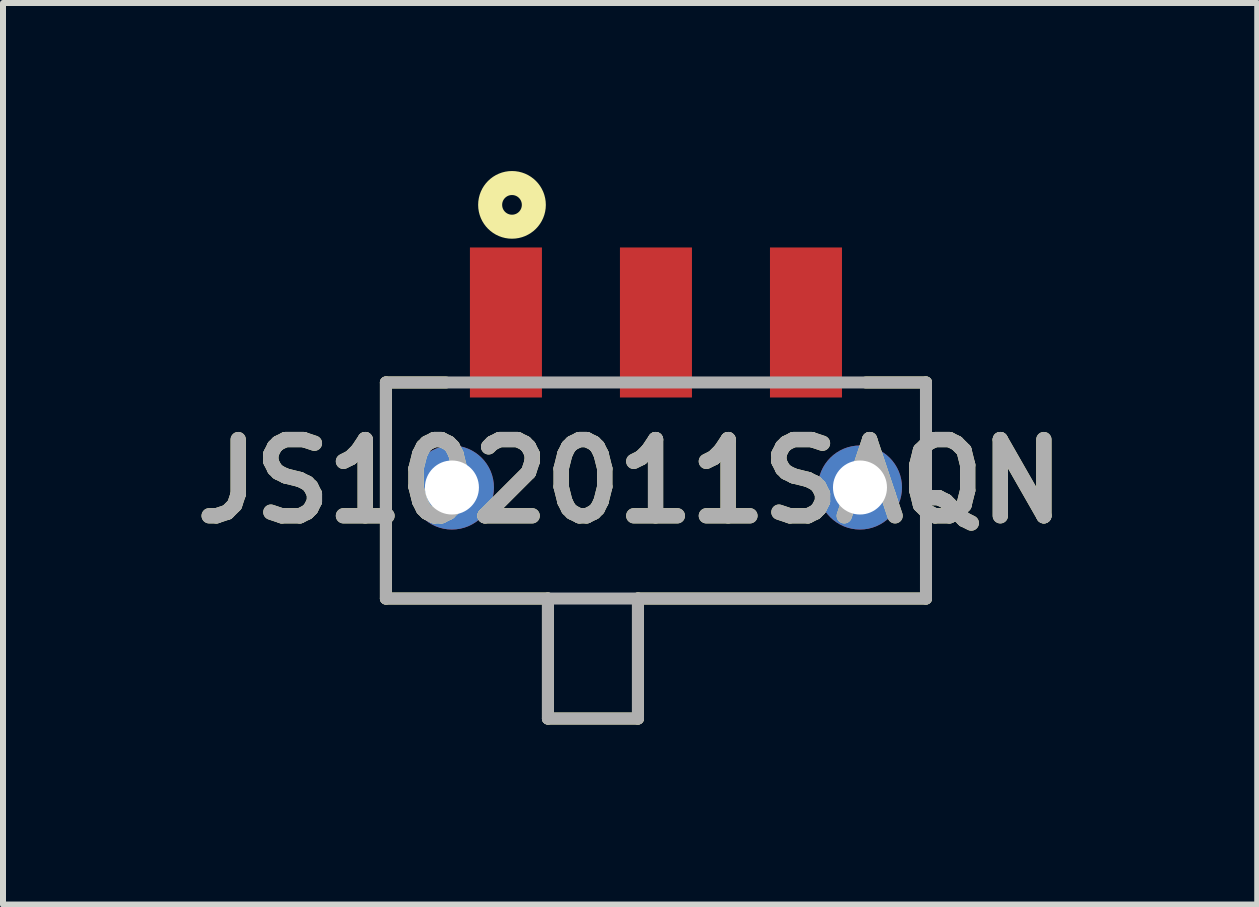
<source format=kicad_pcb>
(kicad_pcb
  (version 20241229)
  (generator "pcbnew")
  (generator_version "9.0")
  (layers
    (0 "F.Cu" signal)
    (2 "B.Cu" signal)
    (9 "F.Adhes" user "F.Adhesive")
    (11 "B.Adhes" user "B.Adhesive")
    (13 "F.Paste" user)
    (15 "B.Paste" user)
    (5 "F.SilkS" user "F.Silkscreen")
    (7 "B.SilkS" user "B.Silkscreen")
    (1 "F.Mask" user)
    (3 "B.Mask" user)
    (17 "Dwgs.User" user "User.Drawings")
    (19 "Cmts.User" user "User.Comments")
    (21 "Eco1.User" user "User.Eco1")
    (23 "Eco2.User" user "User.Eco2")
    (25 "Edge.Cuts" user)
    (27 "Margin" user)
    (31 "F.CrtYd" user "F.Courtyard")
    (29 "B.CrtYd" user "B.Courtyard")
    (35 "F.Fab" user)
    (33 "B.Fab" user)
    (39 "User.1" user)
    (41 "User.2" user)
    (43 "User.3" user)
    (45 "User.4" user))
  (footprint "JS102011SAQN"
    (layer "F.Cu")
    (at 7.881 3.324)
    (property "Reference" "JS102011SAQN" (at -0.43 1.647 0) (layer "F.SilkS") (effects (font (size 1.27 1.27) (thickness 0.254))))
    (attr through_hole)
    (fp_line (start -4.5 0) (end -4.5 3.6) (stroke (width 0.2) (type solid)) (layer "F.SilkS"))
    (fp_line (start -4.5 0) (end -3.5 0) (stroke (width 0.2) (type solid)) (layer "F.SilkS"))
    (fp_line (start -4.5 3.6) (end -1.8 3.6) (stroke (width 0.2) (type solid)) (layer "F.SilkS"))
    (fp_line (start -1.8 3.6) (end -1.8 5.6) (stroke (width 0.2) (type solid)) (layer "F.SilkS"))
    (fp_line (start -1.8 5.6) (end -0.3 5.6) (stroke (width 0.2) (type solid)) (layer "F.SilkS"))
    (fp_line (start -0.3 3.6) (end 4.5 3.6) (stroke (width 0.2) (type solid)) (layer "F.SilkS"))
    (fp_line (start -0.3 5.6) (end -0.3 3.6) (stroke (width 0.2) (type solid)) (layer "F.SilkS"))
    (fp_line (start 4.5 0) (end 3.5 0) (stroke (width 0.2) (type solid)) (layer "F.SilkS"))
    (fp_line (start 4.5 3.6) (end 4.5 0) (stroke (width 0.2) (type solid)) (layer "F.SilkS"))
    (fp_circle (center -2.399 -2.96) (end -2.399 -2.796) (stroke (width 0.4) (type solid)) (fill no) (layer "F.SilkS"))
    (fp_line (start -4.5 0) (end 4.5 0) (stroke (width 0.2) (type solid)) (layer "F.Fab"))
    (fp_line (start -4.5 3.6) (end -4.5 0) (stroke (width 0.2) (type solid)) (layer "F.Fab"))
    (fp_line (start -1.8 3.6) (end -1.8 5.6) (stroke (width 0.2) (type solid)) (layer "F.Fab"))
    (fp_line (start -1.8 5.6) (end -0.3 5.6) (stroke (width 0.2) (type solid)) (layer "F.Fab"))
    (fp_line (start -0.3 5.6) (end -0.3 3.6) (stroke (width 0.2) (type solid)) (layer "F.Fab"))
    (fp_line (start 4.5 0) (end 4.5 3.6) (stroke (width 0.2) (type solid)) (layer "F.Fab"))
    (fp_line (start 4.5 3.6) (end -4.5 3.6) (stroke (width 0.2) (type solid)) (layer "F.Fab"))
    (fp_text user "${REFERENCE}" (at -0.43 1.647 0) (layer "F.Fab") (effects (font (size 1.27 1.27) (thickness 0.254))))
    (pad "1" smd rect (at -2.5 -1) (size 1.2 2.5) (layers "F.Cu" "F.Mask" "F.Paste"))
    (pad "2" smd rect (at 0 -1) (size 1.2 2.5) (layers "F.Cu" "F.Mask" "F.Paste"))
    (pad "3" smd rect (at 2.5 -1) (size 1.2 2.5) (layers "F.Cu" "F.Mask" "F.Paste"))
    (pad "4" thru_hole circle (at -3.4 1.75) (size 1.4 1.4) (drill 0.9) (layers "*.Cu" "*.Mask"))
    (pad "5" thru_hole circle (at 3.4 1.75) (size 1.4 1.4) (drill 0.9) (layers "*.Cu" "*.Mask")))
  (gr_rect
    (start -3 -3)
    (end 17.901 12.024)
    (stroke (width 0.1) (type default))
    (fill no)
    (layer "Edge.Cuts")))
</source>
